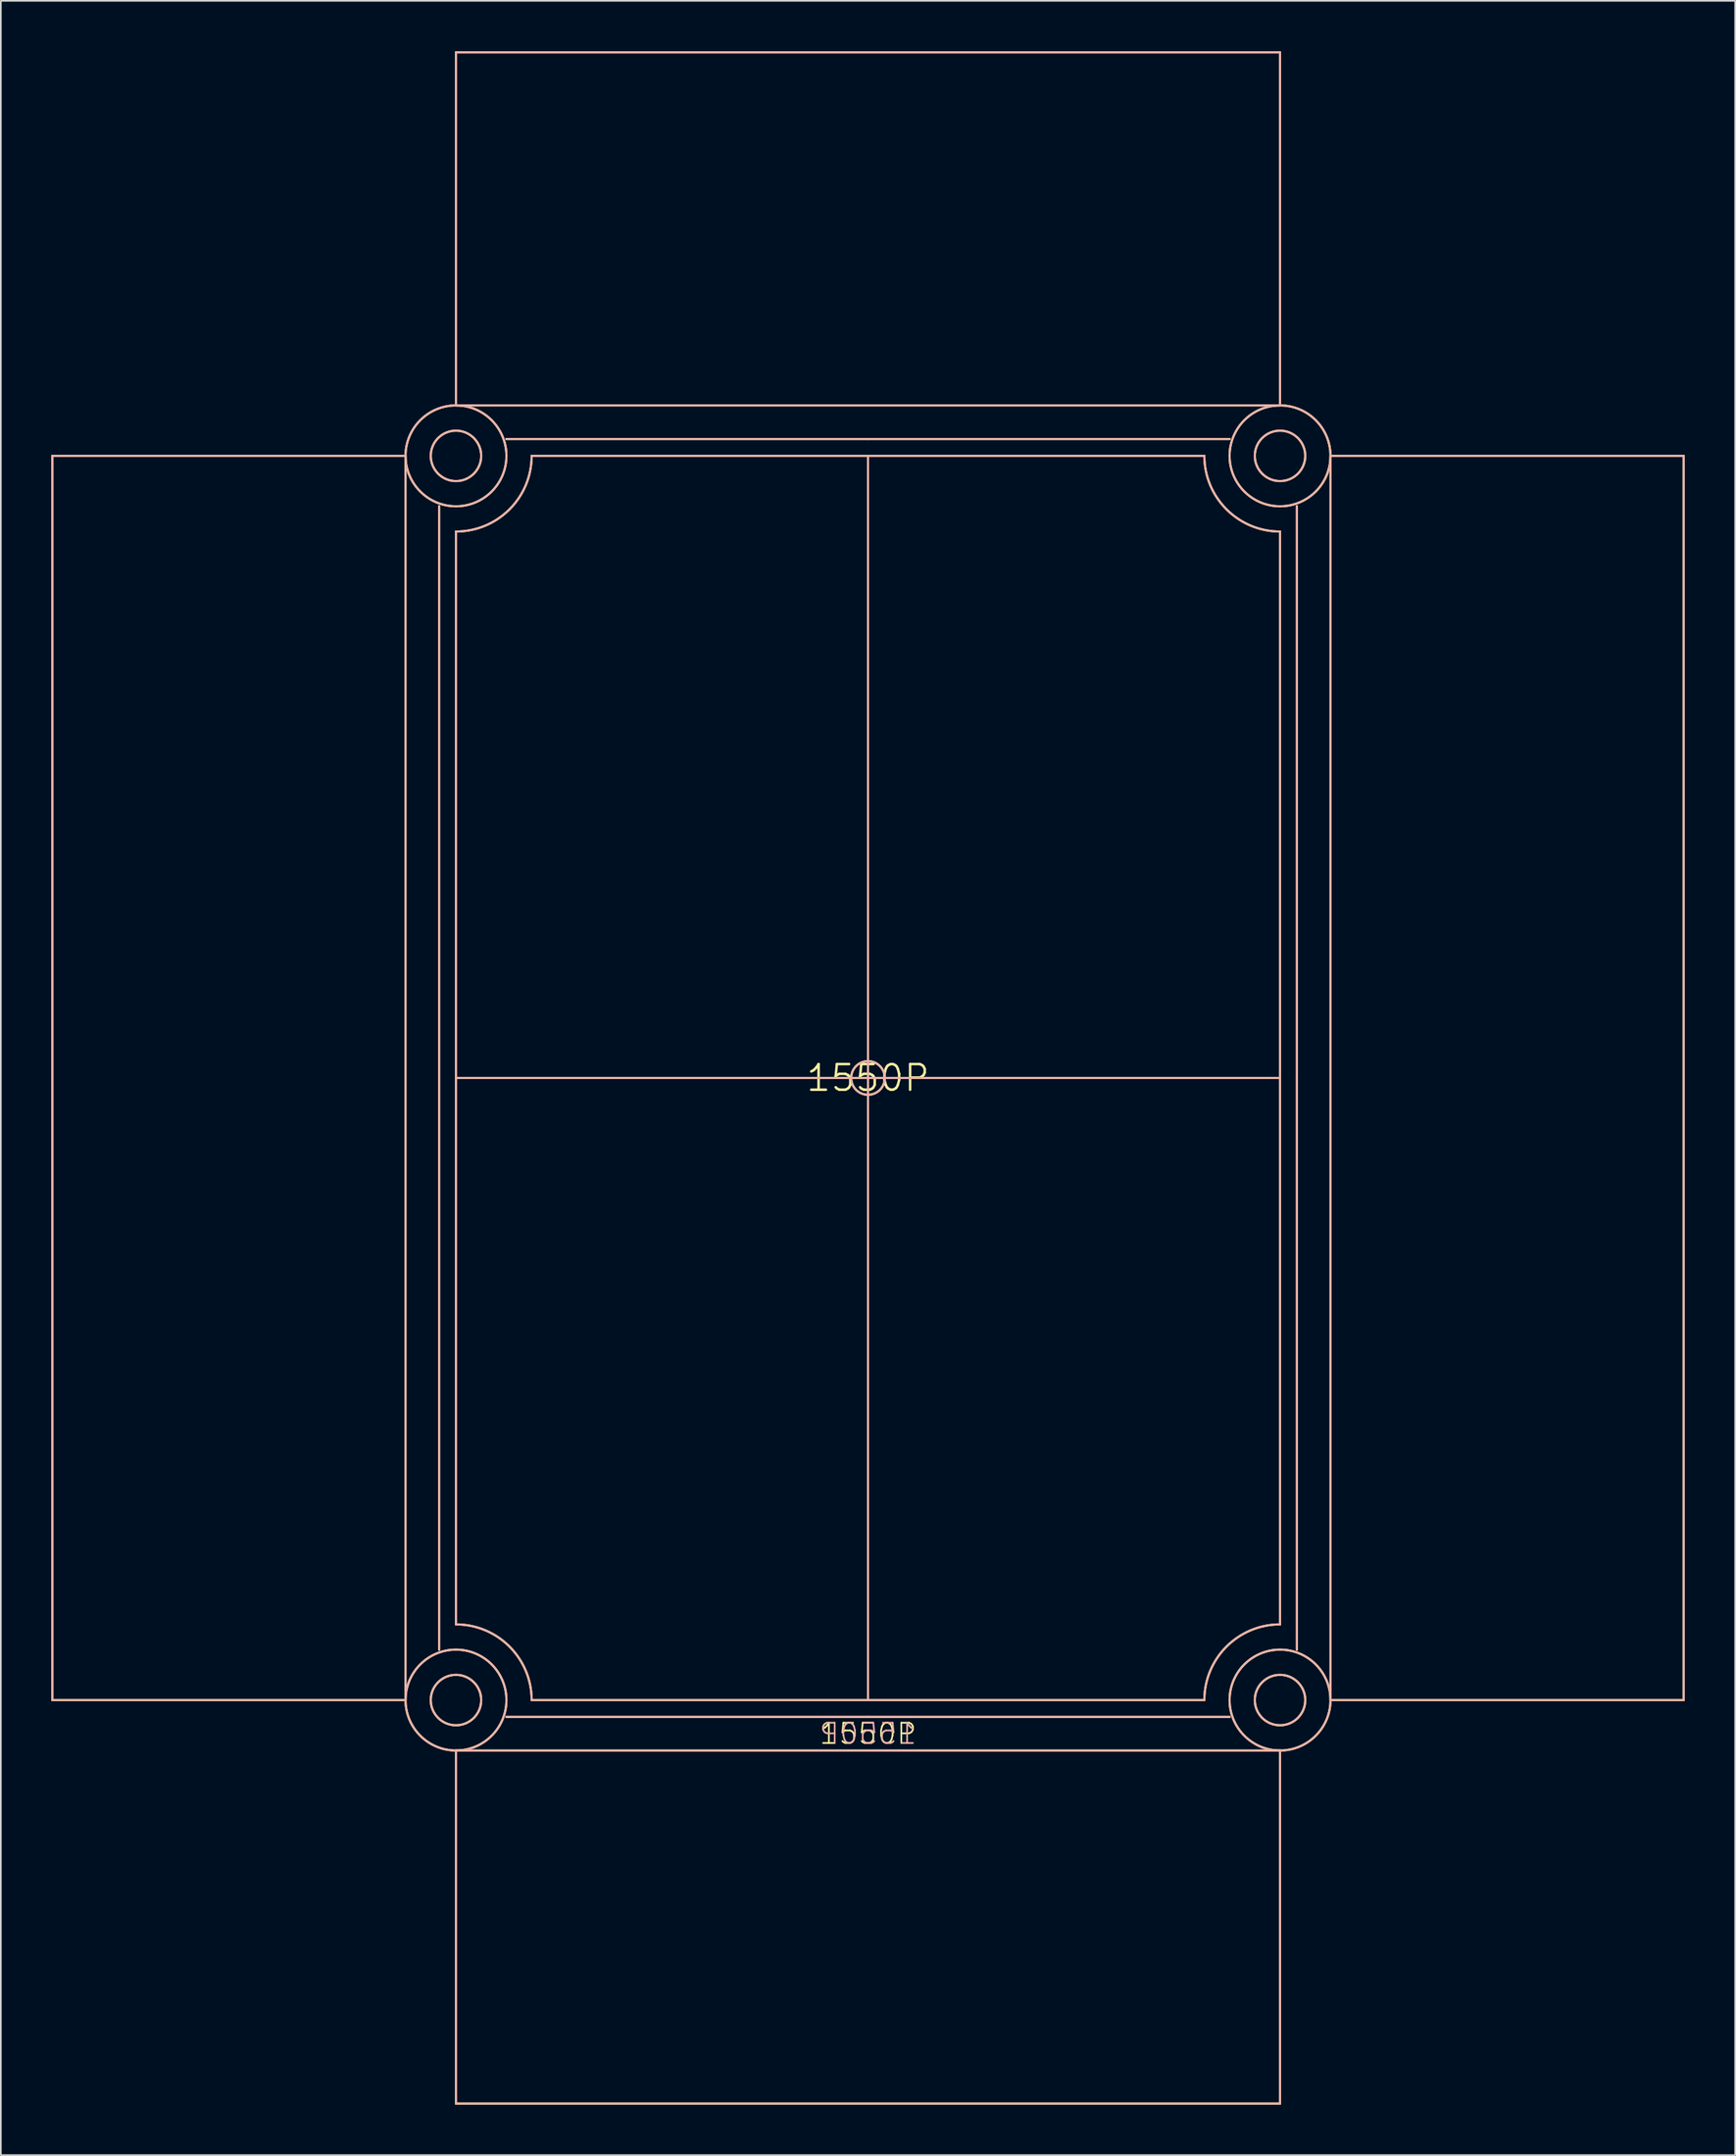
<source format=kicad_pcb>
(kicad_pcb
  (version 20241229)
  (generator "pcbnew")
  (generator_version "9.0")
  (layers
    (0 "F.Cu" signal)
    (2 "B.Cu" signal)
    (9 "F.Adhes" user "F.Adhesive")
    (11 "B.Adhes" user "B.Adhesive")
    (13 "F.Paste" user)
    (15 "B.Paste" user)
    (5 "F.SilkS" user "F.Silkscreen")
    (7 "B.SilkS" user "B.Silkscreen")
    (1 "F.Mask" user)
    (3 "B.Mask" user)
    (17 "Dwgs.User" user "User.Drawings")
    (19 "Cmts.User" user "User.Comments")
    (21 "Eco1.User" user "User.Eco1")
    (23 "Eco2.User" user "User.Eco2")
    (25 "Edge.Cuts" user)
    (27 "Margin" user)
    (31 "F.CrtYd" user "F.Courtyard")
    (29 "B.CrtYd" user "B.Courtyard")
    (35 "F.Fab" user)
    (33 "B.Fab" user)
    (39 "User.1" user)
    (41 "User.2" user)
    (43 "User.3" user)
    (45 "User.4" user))
  (footprint "1550P"
    (layer "F.Cu")
    (at 48.563 61.063)
    (property "Reference" "1550P" (at 0 0 0) (layer "F.SilkS") (effects (font (size 1.524 1.524) (thickness 0.15))))
    (attr through_hole)
    (fp_line (start -48.5 -37) (end -27.5 -37) (stroke (width 0.127) (type solid)) (layer "F.SilkS"))
    (fp_line (start -48.5 37) (end -48.5 -37) (stroke (width 0.127) (type solid)) (layer "F.SilkS"))
    (fp_line (start -48.5 37) (end -27.5 37) (stroke (width 0.127) (type solid)) (layer "F.SilkS"))
    (fp_line (start -27.5 -37) (end -27.5 37) (stroke (width 0.127) (type solid)) (layer "F.SilkS"))
    (fp_line (start -25.5 0) (end -25.5 -34) (stroke (width 0.127) (type solid)) (layer "F.SilkS"))
    (fp_line (start -25.5 0) (end -25.5 34) (stroke (width 0.127) (type solid)) (layer "F.SilkS"))
    (fp_line (start -24.5 -61) (end -24.5 -40) (stroke (width 0.127) (type solid)) (layer "F.SilkS"))
    (fp_line (start -24.5 -61) (end 24.5 -61) (stroke (width 0.127) (type solid)) (layer "F.SilkS"))
    (fp_line (start -24.5 -40) (end -23.5 -40) (stroke (width 0.127) (type solid)) (layer "F.SilkS"))
    (fp_line (start -24.5 0) (end -24.5 -32.5) (stroke (width 0.127) (type solid)) (layer "F.SilkS"))
    (fp_line (start -24.5 0) (end 0 0) (stroke (width 0.127) (type solid)) (layer "F.SilkS"))
    (fp_line (start -24.5 32.5) (end -24.5 0) (stroke (width 0.127) (type solid)) (layer "F.SilkS"))
    (fp_line (start -24.5 40) (end -24.5 61) (stroke (width 0.127) (type solid)) (layer "F.SilkS"))
    (fp_line (start -24.5 61) (end 24.5 61) (stroke (width 0.127) (type solid)) (layer "F.SilkS"))
    (fp_line (start -21.5 -38) (end 0 -38) (stroke (width 0.127) (type solid)) (layer "F.SilkS"))
    (fp_line (start -21.5 38) (end 0 38) (stroke (width 0.127) (type solid)) (layer "F.SilkS"))
    (fp_line (start 0 -37) (end -20 -37) (stroke (width 0.127) (type solid)) (layer "F.SilkS"))
    (fp_line (start 0 -37) (end 20 -37) (stroke (width 0.127) (type solid)) (layer "F.SilkS"))
    (fp_line (start 0 0) (end 0 -37) (stroke (width 0.127) (type solid)) (layer "F.SilkS"))
    (fp_line (start 0 37) (end -20 37) (stroke (width 0.127) (type solid)) (layer "F.SilkS"))
    (fp_line (start 0 37) (end 0 0) (stroke (width 0.127) (type solid)) (layer "F.SilkS"))
    (fp_line (start 0 37) (end 20 37) (stroke (width 0.127) (type solid)) (layer "F.SilkS"))
    (fp_line (start 21.5 -38) (end 0 -38) (stroke (width 0.127) (type solid)) (layer "F.SilkS"))
    (fp_line (start 21.5 38) (end 0 38) (stroke (width 0.127) (type solid)) (layer "F.SilkS"))
    (fp_line (start 24.5 -61) (end 24.5 -40) (stroke (width 0.127) (type solid)) (layer "F.SilkS"))
    (fp_line (start 24.5 -40) (end -23.5 -40) (stroke (width 0.127) (type solid)) (layer "F.SilkS"))
    (fp_line (start 24.5 0) (end 0 0) (stroke (width 0.127) (type solid)) (layer "F.SilkS"))
    (fp_line (start 24.5 0) (end 24.5 -32.5) (stroke (width 0.127) (type solid)) (layer "F.SilkS"))
    (fp_line (start 24.5 32.5) (end 24.5 0) (stroke (width 0.127) (type solid)) (layer "F.SilkS"))
    (fp_line (start 24.5 40) (end -24.5 40) (stroke (width 0.127) (type solid)) (layer "F.SilkS"))
    (fp_line (start 24.5 40) (end 24.5 61) (stroke (width 0.127) (type solid)) (layer "F.SilkS"))
    (fp_line (start 25.5 0) (end 25.5 -34) (stroke (width 0.127) (type solid)) (layer "F.SilkS"))
    (fp_line (start 25.5 0) (end 25.5 34) (stroke (width 0.127) (type solid)) (layer "F.SilkS"))
    (fp_line (start 27.5 -37) (end 48.5 -37) (stroke (width 0.127) (type solid)) (layer "F.SilkS"))
    (fp_line (start 27.5 37) (end 27.5 -37) (stroke (width 0.127) (type solid)) (layer "F.SilkS"))
    (fp_line (start 27.5 37) (end 48.5 37) (stroke (width 0.127) (type solid)) (layer "F.SilkS"))
    (fp_line (start 48.5 37) (end 48.5 -37) (stroke (width 0.127) (type solid)) (layer "F.SilkS"))
    (fp_arc (start -24.5 32.5) (mid -21.318019 33.818019) (end -20 37) (stroke (width 0.127) (type solid)) (layer "F.SilkS"))
    (fp_arc (start -20 -37) (mid -21.318019 -33.818019) (end -24.5 -32.5) (stroke (width 0.127) (type solid)) (layer "F.SilkS"))
    (fp_arc (start 20 37) (mid 21.318019 33.818019) (end 24.5 32.5) (stroke (width 0.127) (type solid)) (layer "F.SilkS"))
    (fp_arc (start 24.5 -32.5) (mid 21.318019 -33.818019) (end 20 -37) (stroke (width 0.127) (type solid)) (layer "F.SilkS"))
    (fp_circle (center -24.5 -37) (end -23 -37) (stroke (width 0.127) (type solid)) (fill no) (layer "F.SilkS"))
    (fp_circle (center -24.5 -37) (end -21.5 -37) (stroke (width 0.127) (type solid)) (fill no) (layer "F.SilkS"))
    (fp_circle (center -24.5 37) (end -23 37) (stroke (width 0.127) (type solid)) (fill no) (layer "F.SilkS"))
    (fp_circle (center -24.5 37) (end -21.5 37) (stroke (width 0.127) (type solid)) (fill no) (layer "F.SilkS"))
    (fp_circle (center 0 0) (end 1 0) (stroke (width 0.127) (type solid)) (fill no) (layer "F.SilkS"))
    (fp_circle (center 24.5 -37) (end 26 -37) (stroke (width 0.127) (type solid)) (fill no) (layer "F.SilkS"))
    (fp_circle (center 24.5 -37) (end 27.5 -37) (stroke (width 0.127) (type solid)) (fill no) (layer "F.SilkS"))
    (fp_circle (center 24.5 37) (end 26 37) (stroke (width 0.127) (type solid)) (fill no) (layer "F.SilkS"))
    (fp_circle (center 24.5 37) (end 27.5 37) (stroke (width 0.127) (type solid)) (fill no) (layer "F.SilkS"))
    (fp_line (start -48.5 37) (end -48.5 -37) (stroke (width 0.127) (type solid)) (layer "B.SilkS"))
    (fp_line (start -27.5 -37) (end -48.5 -37) (stroke (width 0.127) (type solid)) (layer "B.SilkS"))
    (fp_line (start -27.5 37) (end -48.5 37) (stroke (width 0.127) (type solid)) (layer "B.SilkS"))
    (fp_line (start -27.5 37) (end -27.5 -37) (stroke (width 0.127) (type solid)) (layer "B.SilkS"))
    (fp_line (start -25.5 0) (end -25.5 -34) (stroke (width 0.127) (type solid)) (layer "B.SilkS"))
    (fp_line (start -25.5 0) (end -25.5 34) (stroke (width 0.127) (type solid)) (layer "B.SilkS"))
    (fp_line (start -24.5 -61) (end -24.5 -40) (stroke (width 0.127) (type solid)) (layer "B.SilkS"))
    (fp_line (start -24.5 -40) (end 23.5 -40) (stroke (width 0.127) (type solid)) (layer "B.SilkS"))
    (fp_line (start -24.5 0) (end -24.5 -32.5) (stroke (width 0.127) (type solid)) (layer "B.SilkS"))
    (fp_line (start -24.5 0) (end 0 0) (stroke (width 0.127) (type solid)) (layer "B.SilkS"))
    (fp_line (start -24.5 32.5) (end -24.5 0) (stroke (width 0.127) (type solid)) (layer "B.SilkS"))
    (fp_line (start -24.5 40) (end -24.5 61) (stroke (width 0.127) (type solid)) (layer "B.SilkS"))
    (fp_line (start -24.5 40) (end 24.5 40) (stroke (width 0.127) (type solid)) (layer "B.SilkS"))
    (fp_line (start -21.5 -38) (end 0 -38) (stroke (width 0.127) (type solid)) (layer "B.SilkS"))
    (fp_line (start -21.5 38) (end 0 38) (stroke (width 0.127) (type solid)) (layer "B.SilkS"))
    (fp_line (start 0 -37) (end -20 -37) (stroke (width 0.127) (type solid)) (layer "B.SilkS"))
    (fp_line (start 0 -37) (end 20 -37) (stroke (width 0.127) (type solid)) (layer "B.SilkS"))
    (fp_line (start 0 0) (end 0 -37) (stroke (width 0.127) (type solid)) (layer "B.SilkS"))
    (fp_line (start 0 37) (end -20 37) (stroke (width 0.127) (type solid)) (layer "B.SilkS"))
    (fp_line (start 0 37) (end 0 0) (stroke (width 0.127) (type solid)) (layer "B.SilkS"))
    (fp_line (start 0 37) (end 20 37) (stroke (width 0.127) (type solid)) (layer "B.SilkS"))
    (fp_line (start 21.5 -38) (end 0 -38) (stroke (width 0.127) (type solid)) (layer "B.SilkS"))
    (fp_line (start 21.5 38) (end 0 38) (stroke (width 0.127) (type solid)) (layer "B.SilkS"))
    (fp_line (start 24.5 -61) (end -24.5 -61) (stroke (width 0.127) (type solid)) (layer "B.SilkS"))
    (fp_line (start 24.5 -61) (end 24.5 -40) (stroke (width 0.127) (type solid)) (layer "B.SilkS"))
    (fp_line (start 24.5 -40) (end 23.5 -40) (stroke (width 0.127) (type solid)) (layer "B.SilkS"))
    (fp_line (start 24.5 0) (end 0 0) (stroke (width 0.127) (type solid)) (layer "B.SilkS"))
    (fp_line (start 24.5 0) (end 24.5 -32.5) (stroke (width 0.127) (type solid)) (layer "B.SilkS"))
    (fp_line (start 24.5 32.5) (end 24.5 0) (stroke (width 0.127) (type solid)) (layer "B.SilkS"))
    (fp_line (start 24.5 40) (end 24.5 61) (stroke (width 0.127) (type solid)) (layer "B.SilkS"))
    (fp_line (start 24.5 61) (end -24.5 61) (stroke (width 0.127) (type solid)) (layer "B.SilkS"))
    (fp_line (start 25.5 0) (end 25.5 -34) (stroke (width 0.127) (type solid)) (layer "B.SilkS"))
    (fp_line (start 25.5 0) (end 25.5 34) (stroke (width 0.127) (type solid)) (layer "B.SilkS"))
    (fp_line (start 27.5 -37) (end 27.5 37) (stroke (width 0.127) (type solid)) (layer "B.SilkS"))
    (fp_line (start 48.5 -37) (end 27.5 -37) (stroke (width 0.127) (type solid)) (layer "B.SilkS"))
    (fp_line (start 48.5 37) (end 27.5 37) (stroke (width 0.127) (type solid)) (layer "B.SilkS"))
    (fp_line (start 48.5 37) (end 48.5 -37) (stroke (width 0.127) (type solid)) (layer "B.SilkS"))
    (fp_arc (start -24.5 32.5) (mid -21.318019 33.818019) (end -20 37) (stroke (width 0.127) (type solid)) (layer "B.SilkS"))
    (fp_arc (start -20 -37) (mid -21.318019 -33.818019) (end -24.5 -32.5) (stroke (width 0.127) (type solid)) (layer "B.SilkS"))
    (fp_arc (start 20 37) (mid 21.318019 33.818019) (end 24.5 32.5) (stroke (width 0.127) (type solid)) (layer "B.SilkS"))
    (fp_arc (start 24.5 -32.5) (mid 21.318019 -33.818019) (end 20 -37) (stroke (width 0.127) (type solid)) (layer "B.SilkS"))
    (fp_circle (center -24.5 -37) (end -23 -37) (stroke (width 0.127) (type solid)) (fill no) (layer "B.SilkS"))
    (fp_circle (center -24.5 -37) (end -21.5 -37) (stroke (width 0.127) (type solid)) (fill no) (layer "B.SilkS"))
    (fp_circle (center -24.5 37) (end -23 37) (stroke (width 0.127) (type solid)) (fill no) (layer "B.SilkS"))
    (fp_circle (center -24.5 37) (end -21.5 37) (stroke (width 0.127) (type solid)) (fill no) (layer "B.SilkS"))
    (fp_circle (center 0 0) (end 1 0) (stroke (width 0.127) (type solid)) (fill no) (layer "B.SilkS"))
    (fp_circle (center 24.5 -37) (end 26 -37) (stroke (width 0.127) (type solid)) (fill no) (layer "B.SilkS"))
    (fp_circle (center 24.5 -37) (end 27.5 -37) (stroke (width 0.127) (type solid)) (fill no) (layer "B.SilkS"))
    (fp_circle (center 24.5 37) (end 26 37) (stroke (width 0.127) (type solid)) (fill no) (layer "B.SilkS"))
    (fp_circle (center 24.5 37) (end 27.5 37) (stroke (width 0.127) (type solid)) (fill no) (layer "B.SilkS"))
    (fp_text user "1550P" (at 0 39 0) (layer "F.SilkS") (effects (font (size 1.206 1.206) (thickness 0.102))))
    (fp_text user "1550P" (at 0 39 0) (layer "B.SilkS") (effects (font (size 1.206 1.206) (thickness 0.102)) (justify mirror))))
  (gr_rect
    (start -3 -3)
    (end 100.127 125.127)
    (stroke (width 0.1) (type default))
    (fill no)
    (layer "Edge.Cuts")))
</source>
